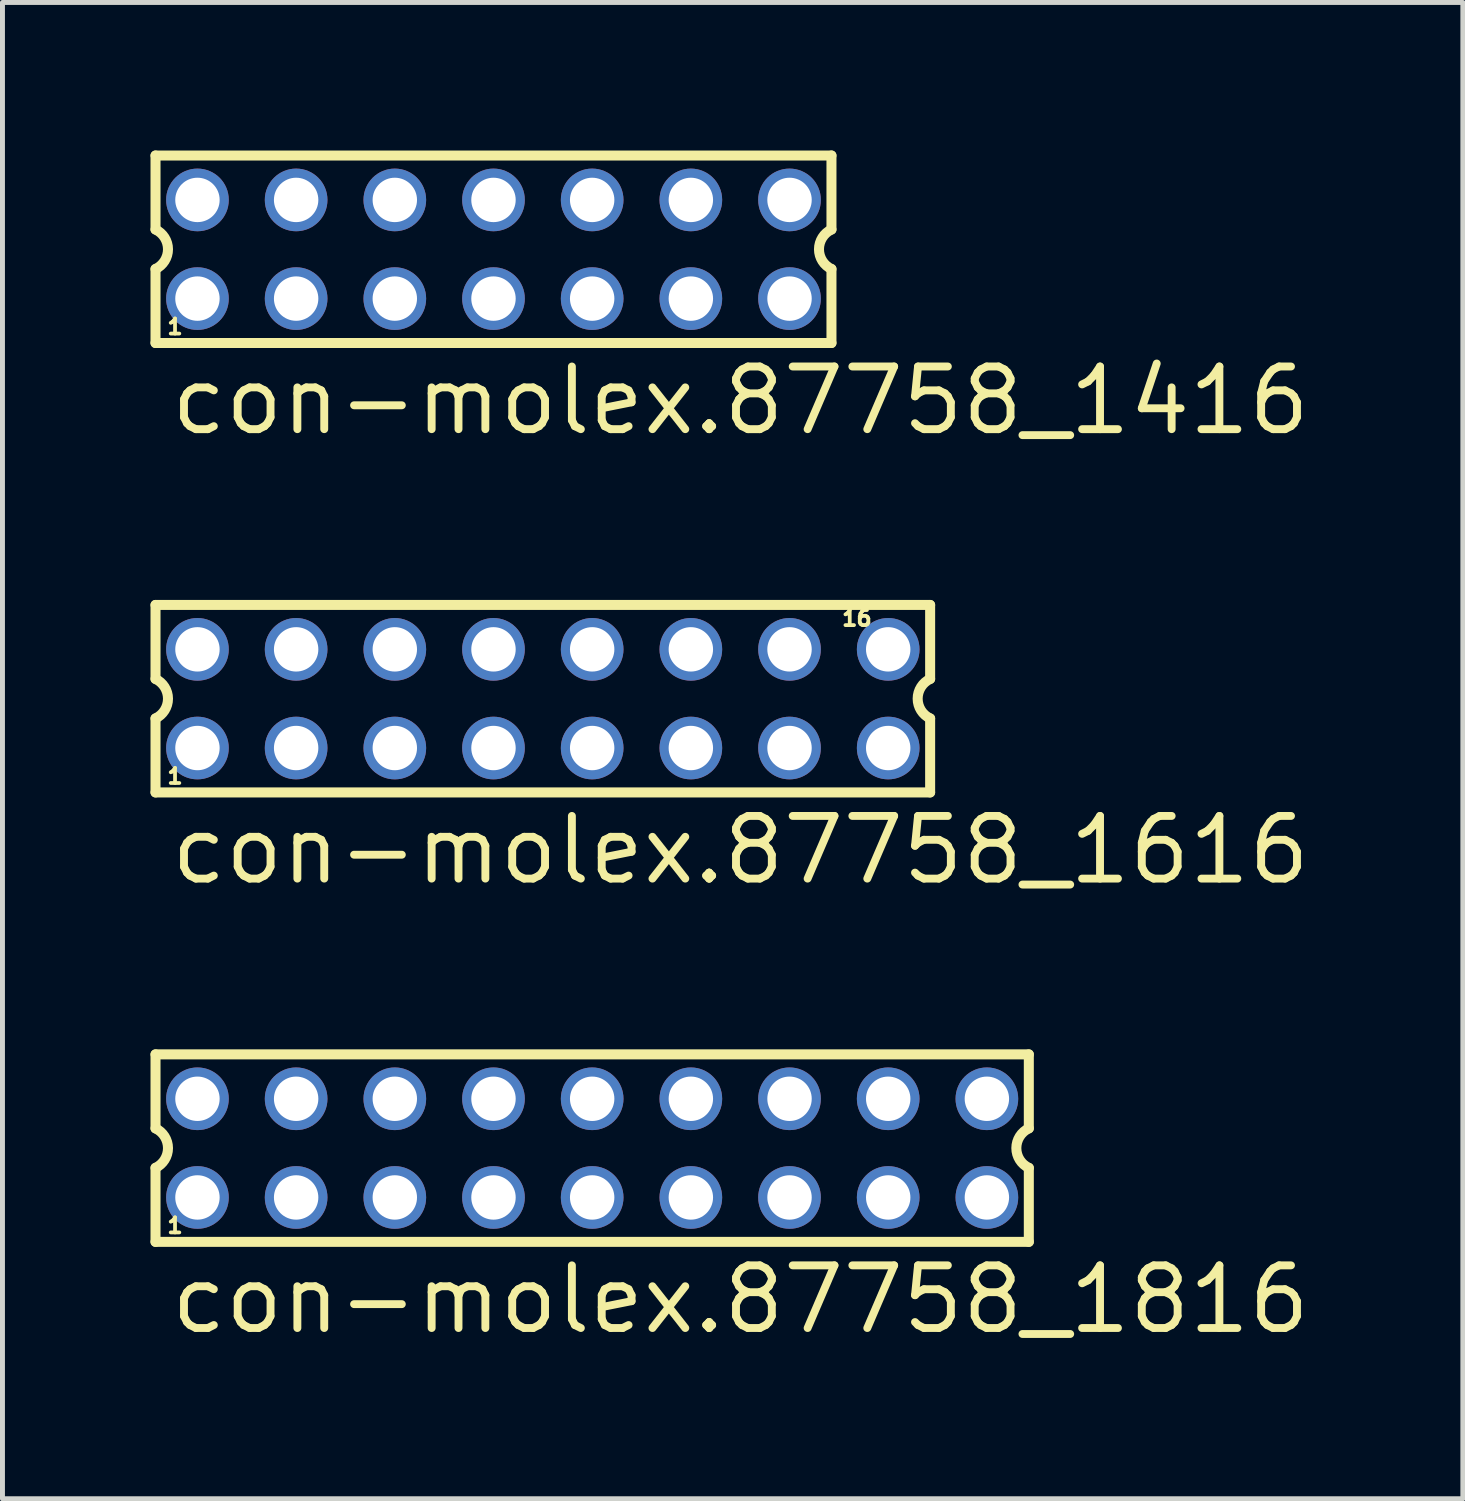
<source format=kicad_pcb>
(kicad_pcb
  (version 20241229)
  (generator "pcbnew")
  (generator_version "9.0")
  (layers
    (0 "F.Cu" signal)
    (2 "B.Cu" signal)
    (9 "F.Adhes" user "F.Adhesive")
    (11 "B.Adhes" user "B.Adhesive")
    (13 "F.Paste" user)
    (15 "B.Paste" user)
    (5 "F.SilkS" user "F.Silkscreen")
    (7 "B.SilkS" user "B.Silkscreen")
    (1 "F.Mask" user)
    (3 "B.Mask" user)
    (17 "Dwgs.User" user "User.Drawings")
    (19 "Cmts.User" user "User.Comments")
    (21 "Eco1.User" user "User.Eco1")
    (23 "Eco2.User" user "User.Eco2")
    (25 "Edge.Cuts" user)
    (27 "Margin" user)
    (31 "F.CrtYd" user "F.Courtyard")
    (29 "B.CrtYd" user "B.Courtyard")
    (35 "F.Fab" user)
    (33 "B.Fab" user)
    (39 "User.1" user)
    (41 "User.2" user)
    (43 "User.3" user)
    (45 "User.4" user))
  (footprint "con-molex.87758_1816"
    (layer "F.Cu")
    (at 8.952 20.22)
    (property "Reference" "con-molex.87758_1816" (at -8.62 3.81 0) (layer "F.SilkS") (effects (font (size 1.27 1.27) (thickness 0.16)) (justify left bottom)))
    (attr through_hole)
    (fp_line (start -8.85 -1.9) (end -8.85 -0.4) (stroke (width 0.203) (type default)) (layer "F.SilkS"))
    (fp_line (start -8.85 0.4) (end -8.85 1.9) (stroke (width 0.203) (type default)) (layer "F.SilkS"))
    (fp_line (start -8.85 1.9) (end 8.85 1.9) (stroke (width 0.203) (type default)) (layer "F.SilkS"))
    (fp_line (start 8.85 -1.9) (end -8.85 -1.9) (stroke (width 0.203) (type default)) (layer "F.SilkS"))
    (fp_line (start 8.85 -0.4) (end 8.85 -1.9) (stroke (width 0.203) (type default)) (layer "F.SilkS"))
    (fp_line (start 8.85 1.9) (end 8.85 0.4) (stroke (width 0.203) (type default)) (layer "F.SilkS"))
    (fp_arc (start -8.85 -0.4) (mid -8.597168 0) (end -8.85 0.4) (stroke (width 0.2032) (type default)) (layer "F.SilkS"))
    (fp_arc (start 8.85 0.4) (mid 8.597168 0) (end 8.85 -0.4) (stroke (width 0.2032) (type default)) (layer "F.SilkS"))
    (fp_rect (start -8.25 -0.75) (end -7.75 -1.25) (stroke (width 0.05) (type default)) (fill no) (layer "F.Fab"))
    (fp_rect (start -8.25 1.25) (end -7.75 0.75) (stroke (width 0.05) (type default)) (fill no) (layer "F.Fab"))
    (fp_rect (start -6.25 -0.75) (end -5.75 -1.25) (stroke (width 0.05) (type default)) (fill no) (layer "F.Fab"))
    (fp_rect (start -6.25 1.25) (end -5.75 0.75) (stroke (width 0.05) (type default)) (fill no) (layer "F.Fab"))
    (fp_rect (start -4.25 -0.75) (end -3.75 -1.25) (stroke (width 0.05) (type default)) (fill no) (layer "F.Fab"))
    (fp_rect (start -4.25 1.25) (end -3.75 0.75) (stroke (width 0.05) (type default)) (fill no) (layer "F.Fab"))
    (fp_rect (start -2.25 -0.75) (end -1.75 -1.25) (stroke (width 0.05) (type default)) (fill no) (layer "F.Fab"))
    (fp_rect (start -2.25 1.25) (end -1.75 0.75) (stroke (width 0.05) (type default)) (fill no) (layer "F.Fab"))
    (fp_rect (start -0.25 -0.75) (end 0.25 -1.25) (stroke (width 0.05) (type default)) (fill no) (layer "F.Fab"))
    (fp_rect (start -0.25 1.25) (end 0.25 0.75) (stroke (width 0.05) (type default)) (fill no) (layer "F.Fab"))
    (fp_rect (start 1.75 -0.75) (end 2.25 -1.25) (stroke (width 0.05) (type default)) (fill no) (layer "F.Fab"))
    (fp_rect (start 1.75 1.25) (end 2.25 0.75) (stroke (width 0.05) (type default)) (fill no) (layer "F.Fab"))
    (fp_rect (start 3.75 -0.75) (end 4.25 -1.25) (stroke (width 0.05) (type default)) (fill no) (layer "F.Fab"))
    (fp_rect (start 3.75 1.25) (end 4.25 0.75) (stroke (width 0.05) (type default)) (fill no) (layer "F.Fab"))
    (fp_rect (start 5.75 -0.75) (end 6.25 -1.25) (stroke (width 0.05) (type default)) (fill no) (layer "F.Fab"))
    (fp_rect (start 5.75 1.25) (end 6.25 0.75) (stroke (width 0.05) (type default)) (fill no) (layer "F.Fab"))
    (fp_rect (start 7.75 -0.75) (end 8.25 -1.25) (stroke (width 0.05) (type default)) (fill no) (layer "F.Fab"))
    (fp_rect (start 7.75 1.25) (end 8.25 0.75) (stroke (width 0.05) (type default)) (fill no) (layer "F.Fab"))
    (fp_text user "1" (at -8.65 1.75 0) (layer "F.SilkS") (effects (font (size 0.305 0.305) (thickness 0.15)) (justify left bottom)))
    (pad "1" thru_hole circle (at -8 1) (size 1.27 1.27) (drill 0.9) (layers "*.Cu" "*.Mask"))
    (pad "2" thru_hole circle (at -8 -1) (size 1.27 1.27) (drill 0.9) (layers "*.Cu" "*.Mask"))
    (pad "3" thru_hole circle (at -6 1) (size 1.27 1.27) (drill 0.9) (layers "*.Cu" "*.Mask"))
    (pad "4" thru_hole circle (at -6 -1) (size 1.27 1.27) (drill 0.9) (layers "*.Cu" "*.Mask"))
    (pad "5" thru_hole circle (at -4 1) (size 1.27 1.27) (drill 0.9) (layers "*.Cu" "*.Mask"))
    (pad "6" thru_hole circle (at -4 -1) (size 1.27 1.27) (drill 0.9) (layers "*.Cu" "*.Mask"))
    (pad "7" thru_hole circle (at -2 1) (size 1.27 1.27) (drill 0.9) (layers "*.Cu" "*.Mask"))
    (pad "8" thru_hole circle (at -2 -1) (size 1.27 1.27) (drill 0.9) (layers "*.Cu" "*.Mask"))
    (pad "9" thru_hole circle (at 0 1) (size 1.27 1.27) (drill 0.9) (layers "*.Cu" "*.Mask"))
    (pad "10" thru_hole circle (at 0 -1) (size 1.27 1.27) (drill 0.9) (layers "*.Cu" "*.Mask"))
    (pad "11" thru_hole circle (at 2 1) (size 1.27 1.27) (drill 0.9) (layers "*.Cu" "*.Mask"))
    (pad "12" thru_hole circle (at 2 -1) (size 1.27 1.27) (drill 0.9) (layers "*.Cu" "*.Mask"))
    (pad "13" thru_hole circle (at 4 1) (size 1.27 1.27) (drill 0.9) (layers "*.Cu" "*.Mask"))
    (pad "14" thru_hole circle (at 4 -1) (size 1.27 1.27) (drill 0.9) (layers "*.Cu" "*.Mask"))
    (pad "15" thru_hole circle (at 6 1) (size 1.27 1.27) (drill 0.9) (layers "*.Cu" "*.Mask"))
    (pad "16" thru_hole circle (at 6 -1) (size 1.27 1.27) (drill 0.9) (layers "*.Cu" "*.Mask"))
    (pad "17" thru_hole circle (at 8 1) (size 1.27 1.27) (drill 0.9) (layers "*.Cu" "*.Mask"))
    (pad "18" thru_hole circle (at 8 -1) (size 1.27 1.27) (drill 0.9) (layers "*.Cu" "*.Mask")))
  (footprint "con-molex.87758_1616"
    (layer "F.Cu")
    (at 7.952 11.111)
    (property "Reference" "con-molex.87758_1616" (at -7.62 3.81 0) (layer "F.SilkS") (effects (font (size 1.27 1.27) (thickness 0.16)) (justify left bottom)))
    (attr through_hole)
    (fp_line (start -7.85 -1.9) (end -7.85 -0.4) (stroke (width 0.203) (type default)) (layer "F.SilkS"))
    (fp_line (start -7.85 0.4) (end -7.85 1.9) (stroke (width 0.203) (type default)) (layer "F.SilkS"))
    (fp_line (start -7.85 1.9) (end 7.85 1.9) (stroke (width 0.203) (type default)) (layer "F.SilkS"))
    (fp_line (start 7.85 -1.9) (end -7.85 -1.9) (stroke (width 0.203) (type default)) (layer "F.SilkS"))
    (fp_line (start 7.85 -0.4) (end 7.85 -1.9) (stroke (width 0.203) (type default)) (layer "F.SilkS"))
    (fp_line (start 7.85 1.9) (end 7.85 0.4) (stroke (width 0.203) (type default)) (layer "F.SilkS"))
    (fp_arc (start -7.85 -0.4) (mid -7.597168 0) (end -7.85 0.4) (stroke (width 0.2032) (type default)) (layer "F.SilkS"))
    (fp_arc (start 7.85 0.4) (mid 7.597168 0) (end 7.85 -0.4) (stroke (width 0.2032) (type default)) (layer "F.SilkS"))
    (fp_rect (start -7.25 -0.75) (end -6.75 -1.25) (stroke (width 0.05) (type default)) (fill no) (layer "F.Fab"))
    (fp_rect (start -7.25 1.25) (end -6.75 0.75) (stroke (width 0.05) (type default)) (fill no) (layer "F.Fab"))
    (fp_rect (start -5.25 -0.75) (end -4.75 -1.25) (stroke (width 0.05) (type default)) (fill no) (layer "F.Fab"))
    (fp_rect (start -5.25 1.25) (end -4.75 0.75) (stroke (width 0.05) (type default)) (fill no) (layer "F.Fab"))
    (fp_rect (start -3.25 -0.75) (end -2.75 -1.25) (stroke (width 0.05) (type default)) (fill no) (layer "F.Fab"))
    (fp_rect (start -3.25 1.25) (end -2.75 0.75) (stroke (width 0.05) (type default)) (fill no) (layer "F.Fab"))
    (fp_rect (start -1.25 -0.75) (end -0.75 -1.25) (stroke (width 0.05) (type default)) (fill no) (layer "F.Fab"))
    (fp_rect (start -1.25 1.25) (end -0.75 0.75) (stroke (width 0.05) (type default)) (fill no) (layer "F.Fab"))
    (fp_rect (start 0.75 -0.75) (end 1.25 -1.25) (stroke (width 0.05) (type default)) (fill no) (layer "F.Fab"))
    (fp_rect (start 0.75 1.25) (end 1.25 0.75) (stroke (width 0.05) (type default)) (fill no) (layer "F.Fab"))
    (fp_rect (start 2.75 -0.75) (end 3.25 -1.25) (stroke (width 0.05) (type default)) (fill no) (layer "F.Fab"))
    (fp_rect (start 2.75 1.25) (end 3.25 0.75) (stroke (width 0.05) (type default)) (fill no) (layer "F.Fab"))
    (fp_rect (start 4.75 -0.75) (end 5.25 -1.25) (stroke (width 0.05) (type default)) (fill no) (layer "F.Fab"))
    (fp_rect (start 4.75 1.25) (end 5.25 0.75) (stroke (width 0.05) (type default)) (fill no) (layer "F.Fab"))
    (fp_rect (start 6.75 -0.75) (end 7.25 -1.25) (stroke (width 0.05) (type default)) (fill no) (layer "F.Fab"))
    (fp_rect (start 6.75 1.25) (end 7.25 0.75) (stroke (width 0.05) (type default)) (fill no) (layer "F.Fab"))
    (fp_text user "16" (at 6.025 -1.45 0) (layer "F.SilkS") (effects (font (size 0.305 0.305) (thickness 0.15)) (justify left bottom)))
    (fp_text user "1" (at -7.65 1.75 0) (layer "F.SilkS") (effects (font (size 0.305 0.305) (thickness 0.15)) (justify left bottom)))
    (pad "1" thru_hole circle (at -7 1) (size 1.27 1.27) (drill 0.9) (layers "*.Cu" "*.Mask"))
    (pad "2" thru_hole circle (at -7 -1) (size 1.27 1.27) (drill 0.9) (layers "*.Cu" "*.Mask"))
    (pad "3" thru_hole circle (at -5 1) (size 1.27 1.27) (drill 0.9) (layers "*.Cu" "*.Mask"))
    (pad "4" thru_hole circle (at -5 -1) (size 1.27 1.27) (drill 0.9) (layers "*.Cu" "*.Mask"))
    (pad "5" thru_hole circle (at -3 1) (size 1.27 1.27) (drill 0.9) (layers "*.Cu" "*.Mask"))
    (pad "6" thru_hole circle (at -3 -1) (size 1.27 1.27) (drill 0.9) (layers "*.Cu" "*.Mask"))
    (pad "7" thru_hole circle (at -1 1) (size 1.27 1.27) (drill 0.9) (layers "*.Cu" "*.Mask"))
    (pad "8" thru_hole circle (at -1 -1) (size 1.27 1.27) (drill 0.9) (layers "*.Cu" "*.Mask"))
    (pad "9" thru_hole circle (at 1 1) (size 1.27 1.27) (drill 0.9) (layers "*.Cu" "*.Mask"))
    (pad "10" thru_hole circle (at 1 -1) (size 1.27 1.27) (drill 0.9) (layers "*.Cu" "*.Mask"))
    (pad "11" thru_hole circle (at 3 1) (size 1.27 1.27) (drill 0.9) (layers "*.Cu" "*.Mask"))
    (pad "12" thru_hole circle (at 3 -1) (size 1.27 1.27) (drill 0.9) (layers "*.Cu" "*.Mask"))
    (pad "13" thru_hole circle (at 5 1) (size 1.27 1.27) (drill 0.9) (layers "*.Cu" "*.Mask"))
    (pad "14" thru_hole circle (at 5 -1) (size 1.27 1.27) (drill 0.9) (layers "*.Cu" "*.Mask"))
    (pad "15" thru_hole circle (at 7 1) (size 1.27 1.27) (drill 0.9) (layers "*.Cu" "*.Mask"))
    (pad "16" thru_hole circle (at 7 -1) (size 1.27 1.27) (drill 0.9) (layers "*.Cu" "*.Mask")))
  (footprint "con-molex.87758_1416"
    (layer "F.Cu")
    (at 6.952 2.002)
    (property "Reference" "con-molex.87758_1416" (at -6.62 3.81 0) (layer "F.SilkS") (effects (font (size 1.27 1.27) (thickness 0.16)) (justify left bottom)))
    (attr through_hole)
    (fp_line (start -6.85 -1.9) (end -6.85 -0.4) (stroke (width 0.203) (type default)) (layer "F.SilkS"))
    (fp_line (start -6.85 0.4) (end -6.85 1.9) (stroke (width 0.203) (type default)) (layer "F.SilkS"))
    (fp_line (start -6.85 1.9) (end 6.85 1.9) (stroke (width 0.203) (type default)) (layer "F.SilkS"))
    (fp_line (start 6.85 -1.9) (end -6.85 -1.9) (stroke (width 0.203) (type default)) (layer "F.SilkS"))
    (fp_line (start 6.85 -0.4) (end 6.85 -1.9) (stroke (width 0.203) (type default)) (layer "F.SilkS"))
    (fp_line (start 6.85 1.9) (end 6.85 0.4) (stroke (width 0.203) (type default)) (layer "F.SilkS"))
    (fp_arc (start -6.85 -0.4) (mid -6.597168 0) (end -6.85 0.4) (stroke (width 0.2032) (type default)) (layer "F.SilkS"))
    (fp_arc (start 6.85 0.4) (mid 6.597168 0) (end 6.85 -0.4) (stroke (width 0.2032) (type default)) (layer "F.SilkS"))
    (fp_rect (start -6.25 -0.75) (end -5.75 -1.25) (stroke (width 0.05) (type default)) (fill no) (layer "F.Fab"))
    (fp_rect (start -6.25 1.25) (end -5.75 0.75) (stroke (width 0.05) (type default)) (fill no) (layer "F.Fab"))
    (fp_rect (start -4.25 -0.75) (end -3.75 -1.25) (stroke (width 0.05) (type default)) (fill no) (layer "F.Fab"))
    (fp_rect (start -4.25 1.25) (end -3.75 0.75) (stroke (width 0.05) (type default)) (fill no) (layer "F.Fab"))
    (fp_rect (start -2.25 -0.75) (end -1.75 -1.25) (stroke (width 0.05) (type default)) (fill no) (layer "F.Fab"))
    (fp_rect (start -2.25 1.25) (end -1.75 0.75) (stroke (width 0.05) (type default)) (fill no) (layer "F.Fab"))
    (fp_rect (start -0.25 -0.75) (end 0.25 -1.25) (stroke (width 0.05) (type default)) (fill no) (layer "F.Fab"))
    (fp_rect (start -0.25 1.25) (end 0.25 0.75) (stroke (width 0.05) (type default)) (fill no) (layer "F.Fab"))
    (fp_rect (start 1.75 -0.75) (end 2.25 -1.25) (stroke (width 0.05) (type default)) (fill no) (layer "F.Fab"))
    (fp_rect (start 1.75 1.25) (end 2.25 0.75) (stroke (width 0.05) (type default)) (fill no) (layer "F.Fab"))
    (fp_rect (start 3.75 -0.75) (end 4.25 -1.25) (stroke (width 0.05) (type default)) (fill no) (layer "F.Fab"))
    (fp_rect (start 3.75 1.25) (end 4.25 0.75) (stroke (width 0.05) (type default)) (fill no) (layer "F.Fab"))
    (fp_rect (start 5.75 -0.75) (end 6.25 -1.25) (stroke (width 0.05) (type default)) (fill no) (layer "F.Fab"))
    (fp_rect (start 5.75 1.25) (end 6.25 0.75) (stroke (width 0.05) (type default)) (fill no) (layer "F.Fab"))
    (fp_text user "1" (at -6.65 1.75 0) (layer "F.SilkS") (effects (font (size 0.305 0.305) (thickness 0.15)) (justify left bottom)))
    (pad "1" thru_hole circle (at -6 1) (size 1.27 1.27) (drill 0.9) (layers "*.Cu" "*.Mask"))
    (pad "2" thru_hole circle (at -6 -1) (size 1.27 1.27) (drill 0.9) (layers "*.Cu" "*.Mask"))
    (pad "3" thru_hole circle (at -4 1) (size 1.27 1.27) (drill 0.9) (layers "*.Cu" "*.Mask"))
    (pad "4" thru_hole circle (at -4 -1) (size 1.27 1.27) (drill 0.9) (layers "*.Cu" "*.Mask"))
    (pad "5" thru_hole circle (at -2 1) (size 1.27 1.27) (drill 0.9) (layers "*.Cu" "*.Mask"))
    (pad "6" thru_hole circle (at -2 -1) (size 1.27 1.27) (drill 0.9) (layers "*.Cu" "*.Mask"))
    (pad "7" thru_hole circle (at 0 1) (size 1.27 1.27) (drill 0.9) (layers "*.Cu" "*.Mask"))
    (pad "8" thru_hole circle (at 0 -1) (size 1.27 1.27) (drill 0.9) (layers "*.Cu" "*.Mask"))
    (pad "9" thru_hole circle (at 2 1) (size 1.27 1.27) (drill 0.9) (layers "*.Cu" "*.Mask"))
    (pad "10" thru_hole circle (at 2 -1) (size 1.27 1.27) (drill 0.9) (layers "*.Cu" "*.Mask"))
    (pad "11" thru_hole circle (at 4 1) (size 1.27 1.27) (drill 0.9) (layers "*.Cu" "*.Mask"))
    (pad "12" thru_hole circle (at 4 -1) (size 1.27 1.27) (drill 0.9) (layers "*.Cu" "*.Mask"))
    (pad "13" thru_hole circle (at 6 1) (size 1.27 1.27) (drill 0.9) (layers "*.Cu" "*.Mask"))
    (pad "14" thru_hole circle (at 6 -1) (size 1.27 1.27) (drill 0.9) (layers "*.Cu" "*.Mask")))
  (gr_rect
    (start -3 -3)
    (end 26.599 27.327)
    (stroke (width 0.1) (type default))
    (fill no)
    (layer "Edge.Cuts")))
</source>
